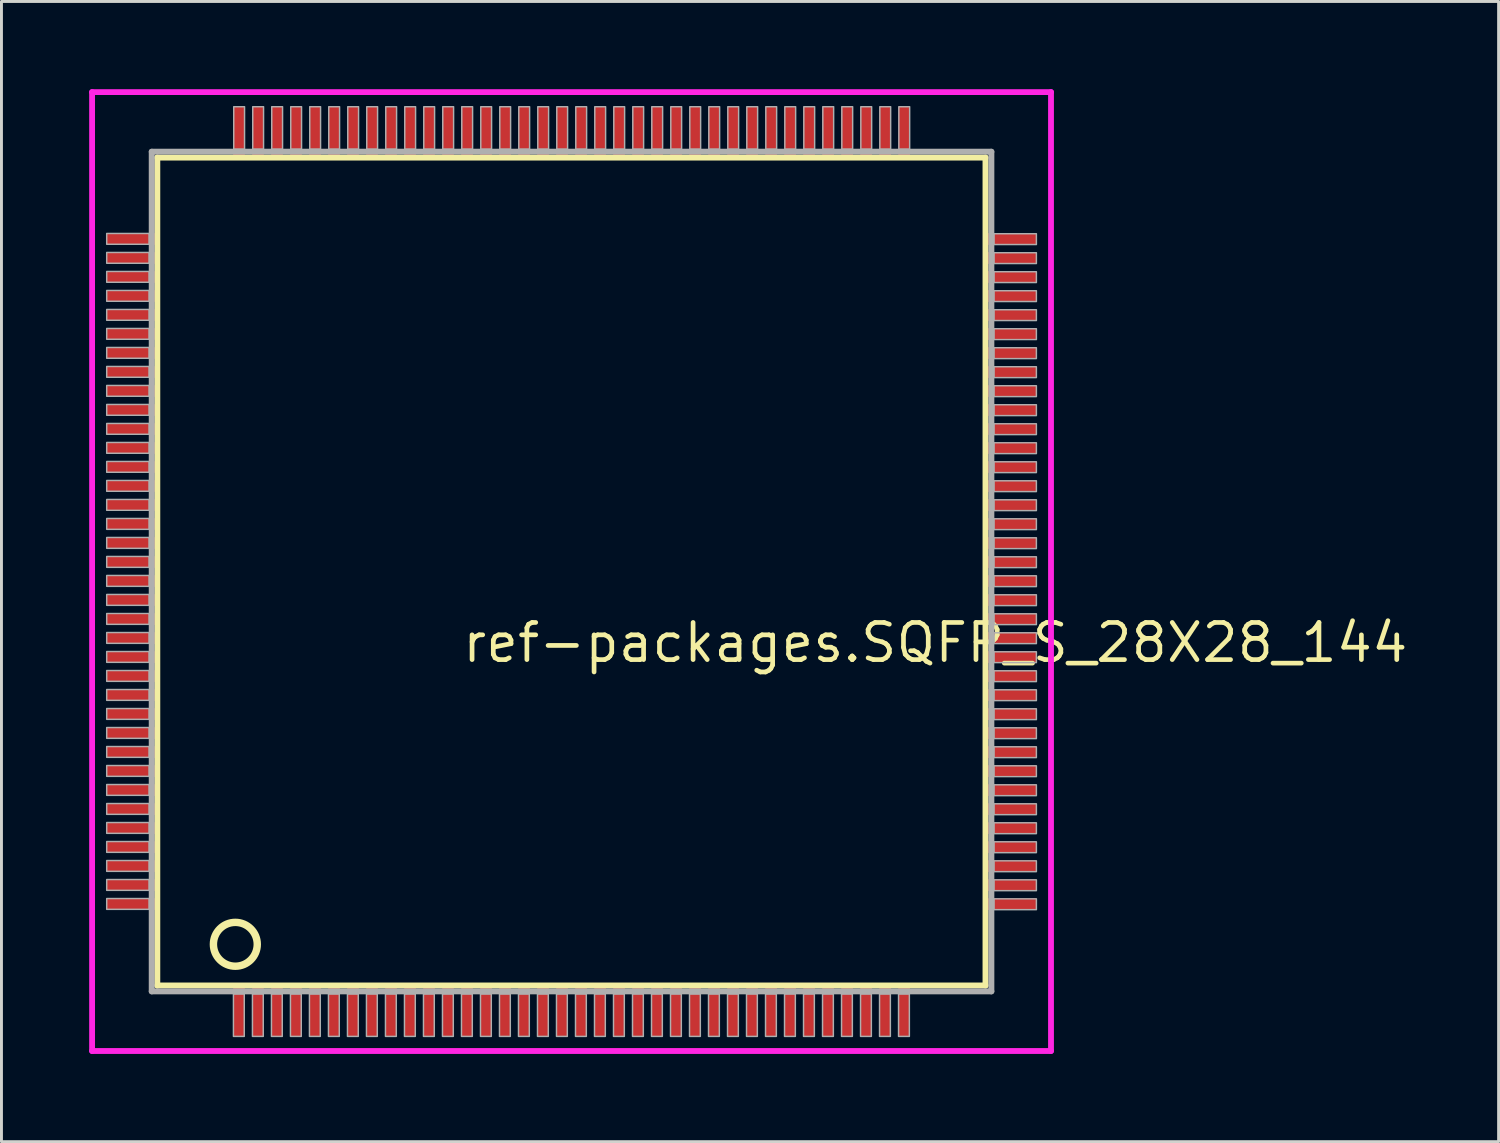
<source format=kicad_pcb>
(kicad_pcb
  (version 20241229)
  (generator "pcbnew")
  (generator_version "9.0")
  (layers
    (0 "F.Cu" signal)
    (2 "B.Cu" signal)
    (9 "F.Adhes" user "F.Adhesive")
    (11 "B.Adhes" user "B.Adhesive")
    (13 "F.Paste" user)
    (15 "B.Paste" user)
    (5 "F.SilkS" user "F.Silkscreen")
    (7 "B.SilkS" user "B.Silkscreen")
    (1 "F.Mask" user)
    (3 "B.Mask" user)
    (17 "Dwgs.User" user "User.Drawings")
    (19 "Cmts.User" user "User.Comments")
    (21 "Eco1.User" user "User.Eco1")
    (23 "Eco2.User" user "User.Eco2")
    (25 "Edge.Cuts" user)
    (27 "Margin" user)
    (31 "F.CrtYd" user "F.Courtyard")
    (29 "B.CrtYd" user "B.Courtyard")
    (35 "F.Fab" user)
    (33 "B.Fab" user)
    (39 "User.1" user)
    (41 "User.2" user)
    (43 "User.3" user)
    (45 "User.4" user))
  (footprint "ref-packages.SQFP_S_28X28_144"
    (layer "F.Cu")
    (at 16.5 16.5)
    (property "Reference" "ref-packages.SQFP_S_28X28_144" (at -3.81 3.175 0) (layer "F.SilkS") (effects (font (size 1.27 1.27) (thickness 0.16)) (justify left bottom)))
    (attr smd)
    (fp_line (start -14.17 -14.16) (end 14.16 -14.16) (stroke (width 0.203) (type default)) (layer "F.SilkS"))
    (fp_line (start -14.17 14.16) (end -14.17 -14.16) (stroke (width 0.203) (type default)) (layer "F.SilkS"))
    (fp_line (start 14.16 -14.16) (end 14.16 14.16) (stroke (width 0.203) (type default)) (layer "F.SilkS"))
    (fp_line (start 14.16 14.16) (end -14.17 14.16) (stroke (width 0.203) (type default)) (layer "F.SilkS"))
    (fp_circle (center -11.5 12.75) (end -10.75 12.75) (stroke (width 0.254) (type default)) (fill no) (layer "F.SilkS"))
    (fp_line (start -16.4 -16.4) (end 16.4 -16.4) (stroke (width 0.2) (type default)) (layer "F.CrtYd"))
    (fp_line (start -16.4 16.4) (end -16.4 -16.4) (stroke (width 0.2) (type default)) (layer "F.CrtYd"))
    (fp_line (start 16.4 -16.4) (end 16.4 16.4) (stroke (width 0.2) (type default)) (layer "F.CrtYd"))
    (fp_line (start 16.4 16.4) (end -16.4 16.4) (stroke (width 0.2) (type default)) (layer "F.CrtYd"))
    (fp_line (start -14.36 -14.36) (end -14.36 14.36) (stroke (width 0.203) (type default)) (layer "F.Fab"))
    (fp_line (start -14.36 14.36) (end 14.36 14.36) (stroke (width 0.203) (type default)) (layer "F.Fab"))
    (fp_line (start 14.36 -14.36) (end -14.36 -14.36) (stroke (width 0.203) (type default)) (layer "F.Fab"))
    (fp_line (start 14.36 14.36) (end 14.36 -14.36) (stroke (width 0.203) (type default)) (layer "F.Fab"))
    (fp_rect (start -15.9 -11.195) (end -14.45 -11.565) (stroke (width 0.05) (type default)) (fill no) (layer "F.Fab"))
    (fp_rect (start -15.9 -10.545) (end -14.45 -10.915) (stroke (width 0.05) (type default)) (fill no) (layer "F.Fab"))
    (fp_rect (start -15.9 -9.895) (end -14.45 -10.265) (stroke (width 0.05) (type default)) (fill no) (layer "F.Fab"))
    (fp_rect (start -15.9 -9.245) (end -14.45 -9.615) (stroke (width 0.05) (type default)) (fill no) (layer "F.Fab"))
    (fp_rect (start -15.9 -8.595) (end -14.45 -8.965) (stroke (width 0.05) (type default)) (fill no) (layer "F.Fab"))
    (fp_rect (start -15.9 -7.945) (end -14.45 -8.315) (stroke (width 0.05) (type default)) (fill no) (layer "F.Fab"))
    (fp_rect (start -15.9 -7.295) (end -14.45 -7.665) (stroke (width 0.05) (type default)) (fill no) (layer "F.Fab"))
    (fp_rect (start -15.9 -6.645) (end -14.45 -7.015) (stroke (width 0.05) (type default)) (fill no) (layer "F.Fab"))
    (fp_rect (start -15.9 -5.995) (end -14.45 -6.365) (stroke (width 0.05) (type default)) (fill no) (layer "F.Fab"))
    (fp_rect (start -15.9 -5.345) (end -14.45 -5.715) (stroke (width 0.05) (type default)) (fill no) (layer "F.Fab"))
    (fp_rect (start -15.9 -4.695) (end -14.45 -5.065) (stroke (width 0.05) (type default)) (fill no) (layer "F.Fab"))
    (fp_rect (start -15.9 -4.045) (end -14.45 -4.415) (stroke (width 0.05) (type default)) (fill no) (layer "F.Fab"))
    (fp_rect (start -15.9 -3.395) (end -14.45 -3.765) (stroke (width 0.05) (type default)) (fill no) (layer "F.Fab"))
    (fp_rect (start -15.9 -2.745) (end -14.45 -3.115) (stroke (width 0.05) (type default)) (fill no) (layer "F.Fab"))
    (fp_rect (start -15.9 -2.095) (end -14.45 -2.465) (stroke (width 0.05) (type default)) (fill no) (layer "F.Fab"))
    (fp_rect (start -15.9 -1.445) (end -14.45 -1.815) (stroke (width 0.05) (type default)) (fill no) (layer "F.Fab"))
    (fp_rect (start -15.9 -0.795) (end -14.45 -1.165) (stroke (width 0.05) (type default)) (fill no) (layer "F.Fab"))
    (fp_rect (start -15.9 -0.145) (end -14.45 -0.515) (stroke (width 0.05) (type default)) (fill no) (layer "F.Fab"))
    (fp_rect (start -15.9 0.505) (end -14.45 0.135) (stroke (width 0.05) (type default)) (fill no) (layer "F.Fab"))
    (fp_rect (start -15.9 1.155) (end -14.45 0.785) (stroke (width 0.05) (type default)) (fill no) (layer "F.Fab"))
    (fp_rect (start -15.9 1.805) (end -14.45 1.435) (stroke (width 0.05) (type default)) (fill no) (layer "F.Fab"))
    (fp_rect (start -15.9 2.455) (end -14.45 2.085) (stroke (width 0.05) (type default)) (fill no) (layer "F.Fab"))
    (fp_rect (start -15.9 3.105) (end -14.45 2.735) (stroke (width 0.05) (type default)) (fill no) (layer "F.Fab"))
    (fp_rect (start -15.9 3.755) (end -14.45 3.385) (stroke (width 0.05) (type default)) (fill no) (layer "F.Fab"))
    (fp_rect (start -15.9 4.405) (end -14.45 4.035) (stroke (width 0.05) (type default)) (fill no) (layer "F.Fab"))
    (fp_rect (start -15.9 5.055) (end -14.45 4.685) (stroke (width 0.05) (type default)) (fill no) (layer "F.Fab"))
    (fp_rect (start -15.9 5.705) (end -14.45 5.335) (stroke (width 0.05) (type default)) (fill no) (layer "F.Fab"))
    (fp_rect (start -15.9 6.355) (end -14.45 5.985) (stroke (width 0.05) (type default)) (fill no) (layer "F.Fab"))
    (fp_rect (start -15.9 7.005) (end -14.45 6.635) (stroke (width 0.05) (type default)) (fill no) (layer "F.Fab"))
    (fp_rect (start -15.9 7.655) (end -14.45 7.285) (stroke (width 0.05) (type default)) (fill no) (layer "F.Fab"))
    (fp_rect (start -15.9 8.305) (end -14.45 7.935) (stroke (width 0.05) (type default)) (fill no) (layer "F.Fab"))
    (fp_rect (start -15.9 8.955) (end -14.45 8.585) (stroke (width 0.05) (type default)) (fill no) (layer "F.Fab"))
    (fp_rect (start -15.9 9.605) (end -14.45 9.235) (stroke (width 0.05) (type default)) (fill no) (layer "F.Fab"))
    (fp_rect (start -15.9 10.255) (end -14.45 9.885) (stroke (width 0.05) (type default)) (fill no) (layer "F.Fab"))
    (fp_rect (start -15.9 10.905) (end -14.45 10.535) (stroke (width 0.05) (type default)) (fill no) (layer "F.Fab"))
    (fp_rect (start -15.9 11.555) (end -14.45 11.185) (stroke (width 0.05) (type default)) (fill no) (layer "F.Fab"))
    (fp_rect (start -11.565 15.9) (end -11.195 14.45) (stroke (width 0.05) (type default)) (fill no) (layer "F.Fab"))
    (fp_rect (start -11.555 -14.45) (end -11.185 -15.9) (stroke (width 0.05) (type default)) (fill no) (layer "F.Fab"))
    (fp_rect (start -10.915 15.9) (end -10.545 14.45) (stroke (width 0.05) (type default)) (fill no) (layer "F.Fab"))
    (fp_rect (start -10.905 -14.45) (end -10.535 -15.9) (stroke (width 0.05) (type default)) (fill no) (layer "F.Fab"))
    (fp_rect (start -10.265 15.9) (end -9.895 14.45) (stroke (width 0.05) (type default)) (fill no) (layer "F.Fab"))
    (fp_rect (start -10.255 -14.45) (end -9.885 -15.9) (stroke (width 0.05) (type default)) (fill no) (layer "F.Fab"))
    (fp_rect (start -9.615 15.9) (end -9.245 14.45) (stroke (width 0.05) (type default)) (fill no) (layer "F.Fab"))
    (fp_rect (start -9.605 -14.45) (end -9.235 -15.9) (stroke (width 0.05) (type default)) (fill no) (layer "F.Fab"))
    (fp_rect (start -8.965 15.9) (end -8.595 14.45) (stroke (width 0.05) (type default)) (fill no) (layer "F.Fab"))
    (fp_rect (start -8.955 -14.45) (end -8.585 -15.9) (stroke (width 0.05) (type default)) (fill no) (layer "F.Fab"))
    (fp_rect (start -8.315 15.9) (end -7.945 14.45) (stroke (width 0.05) (type default)) (fill no) (layer "F.Fab"))
    (fp_rect (start -8.305 -14.45) (end -7.935 -15.9) (stroke (width 0.05) (type default)) (fill no) (layer "F.Fab"))
    (fp_rect (start -7.665 15.9) (end -7.295 14.45) (stroke (width 0.05) (type default)) (fill no) (layer "F.Fab"))
    (fp_rect (start -7.655 -14.45) (end -7.285 -15.9) (stroke (width 0.05) (type default)) (fill no) (layer "F.Fab"))
    (fp_rect (start -7.015 15.9) (end -6.645 14.45) (stroke (width 0.05) (type default)) (fill no) (layer "F.Fab"))
    (fp_rect (start -7.005 -14.45) (end -6.635 -15.9) (stroke (width 0.05) (type default)) (fill no) (layer "F.Fab"))
    (fp_rect (start -6.365 15.9) (end -5.995 14.45) (stroke (width 0.05) (type default)) (fill no) (layer "F.Fab"))
    (fp_rect (start -6.355 -14.45) (end -5.985 -15.9) (stroke (width 0.05) (type default)) (fill no) (layer "F.Fab"))
    (fp_rect (start -5.715 15.9) (end -5.345 14.45) (stroke (width 0.05) (type default)) (fill no) (layer "F.Fab"))
    (fp_rect (start -5.705 -14.45) (end -5.335 -15.9) (stroke (width 0.05) (type default)) (fill no) (layer "F.Fab"))
    (fp_rect (start -5.065 15.9) (end -4.695 14.45) (stroke (width 0.05) (type default)) (fill no) (layer "F.Fab"))
    (fp_rect (start -5.055 -14.45) (end -4.685 -15.9) (stroke (width 0.05) (type default)) (fill no) (layer "F.Fab"))
    (fp_rect (start -4.415 15.9) (end -4.045 14.45) (stroke (width 0.05) (type default)) (fill no) (layer "F.Fab"))
    (fp_rect (start -4.405 -14.45) (end -4.035 -15.9) (stroke (width 0.05) (type default)) (fill no) (layer "F.Fab"))
    (fp_rect (start -3.765 15.9) (end -3.395 14.45) (stroke (width 0.05) (type default)) (fill no) (layer "F.Fab"))
    (fp_rect (start -3.755 -14.45) (end -3.385 -15.9) (stroke (width 0.05) (type default)) (fill no) (layer "F.Fab"))
    (fp_rect (start -3.115 15.9) (end -2.745 14.45) (stroke (width 0.05) (type default)) (fill no) (layer "F.Fab"))
    (fp_rect (start -3.105 -14.45) (end -2.735 -15.9) (stroke (width 0.05) (type default)) (fill no) (layer "F.Fab"))
    (fp_rect (start -2.465 15.9) (end -2.095 14.45) (stroke (width 0.05) (type default)) (fill no) (layer "F.Fab"))
    (fp_rect (start -2.455 -14.45) (end -2.085 -15.9) (stroke (width 0.05) (type default)) (fill no) (layer "F.Fab"))
    (fp_rect (start -1.815 15.9) (end -1.445 14.45) (stroke (width 0.05) (type default)) (fill no) (layer "F.Fab"))
    (fp_rect (start -1.805 -14.45) (end -1.435 -15.9) (stroke (width 0.05) (type default)) (fill no) (layer "F.Fab"))
    (fp_rect (start -1.165 15.9) (end -0.795 14.45) (stroke (width 0.05) (type default)) (fill no) (layer "F.Fab"))
    (fp_rect (start -1.155 -14.45) (end -0.785 -15.9) (stroke (width 0.05) (type default)) (fill no) (layer "F.Fab"))
    (fp_rect (start -0.515 15.9) (end -0.145 14.45) (stroke (width 0.05) (type default)) (fill no) (layer "F.Fab"))
    (fp_rect (start -0.505 -14.45) (end -0.135 -15.9) (stroke (width 0.05) (type default)) (fill no) (layer "F.Fab"))
    (fp_rect (start 0.135 15.9) (end 0.505 14.45) (stroke (width 0.05) (type default)) (fill no) (layer "F.Fab"))
    (fp_rect (start 0.145 -14.45) (end 0.515 -15.9) (stroke (width 0.05) (type default)) (fill no) (layer "F.Fab"))
    (fp_rect (start 0.785 15.9) (end 1.155 14.45) (stroke (width 0.05) (type default)) (fill no) (layer "F.Fab"))
    (fp_rect (start 0.795 -14.45) (end 1.165 -15.9) (stroke (width 0.05) (type default)) (fill no) (layer "F.Fab"))
    (fp_rect (start 1.435 15.9) (end 1.805 14.45) (stroke (width 0.05) (type default)) (fill no) (layer "F.Fab"))
    (fp_rect (start 1.445 -14.45) (end 1.815 -15.9) (stroke (width 0.05) (type default)) (fill no) (layer "F.Fab"))
    (fp_rect (start 2.085 15.9) (end 2.455 14.45) (stroke (width 0.05) (type default)) (fill no) (layer "F.Fab"))
    (fp_rect (start 2.095 -14.45) (end 2.465 -15.9) (stroke (width 0.05) (type default)) (fill no) (layer "F.Fab"))
    (fp_rect (start 2.735 15.9) (end 3.105 14.45) (stroke (width 0.05) (type default)) (fill no) (layer "F.Fab"))
    (fp_rect (start 2.745 -14.45) (end 3.115 -15.9) (stroke (width 0.05) (type default)) (fill no) (layer "F.Fab"))
    (fp_rect (start 3.385 15.9) (end 3.755 14.45) (stroke (width 0.05) (type default)) (fill no) (layer "F.Fab"))
    (fp_rect (start 3.395 -14.45) (end 3.765 -15.9) (stroke (width 0.05) (type default)) (fill no) (layer "F.Fab"))
    (fp_rect (start 4.035 15.9) (end 4.405 14.45) (stroke (width 0.05) (type default)) (fill no) (layer "F.Fab"))
    (fp_rect (start 4.045 -14.45) (end 4.415 -15.9) (stroke (width 0.05) (type default)) (fill no) (layer "F.Fab"))
    (fp_rect (start 4.685 15.9) (end 5.055 14.45) (stroke (width 0.05) (type default)) (fill no) (layer "F.Fab"))
    (fp_rect (start 4.695 -14.45) (end 5.065 -15.9) (stroke (width 0.05) (type default)) (fill no) (layer "F.Fab"))
    (fp_rect (start 5.335 15.9) (end 5.705 14.45) (stroke (width 0.05) (type default)) (fill no) (layer "F.Fab"))
    (fp_rect (start 5.345 -14.45) (end 5.715 -15.9) (stroke (width 0.05) (type default)) (fill no) (layer "F.Fab"))
    (fp_rect (start 5.985 15.9) (end 6.355 14.45) (stroke (width 0.05) (type default)) (fill no) (layer "F.Fab"))
    (fp_rect (start 5.995 -14.45) (end 6.365 -15.9) (stroke (width 0.05) (type default)) (fill no) (layer "F.Fab"))
    (fp_rect (start 6.635 15.9) (end 7.005 14.45) (stroke (width 0.05) (type default)) (fill no) (layer "F.Fab"))
    (fp_rect (start 6.645 -14.45) (end 7.015 -15.9) (stroke (width 0.05) (type default)) (fill no) (layer "F.Fab"))
    (fp_rect (start 7.285 15.9) (end 7.655 14.45) (stroke (width 0.05) (type default)) (fill no) (layer "F.Fab"))
    (fp_rect (start 7.295 -14.45) (end 7.665 -15.9) (stroke (width 0.05) (type default)) (fill no) (layer "F.Fab"))
    (fp_rect (start 7.935 15.9) (end 8.305 14.45) (stroke (width 0.05) (type default)) (fill no) (layer "F.Fab"))
    (fp_rect (start 7.945 -14.45) (end 8.315 -15.9) (stroke (width 0.05) (type default)) (fill no) (layer "F.Fab"))
    (fp_rect (start 8.585 15.9) (end 8.955 14.45) (stroke (width 0.05) (type default)) (fill no) (layer "F.Fab"))
    (fp_rect (start 8.595 -14.45) (end 8.965 -15.9) (stroke (width 0.05) (type default)) (fill no) (layer "F.Fab"))
    (fp_rect (start 9.235 15.9) (end 9.605 14.45) (stroke (width 0.05) (type default)) (fill no) (layer "F.Fab"))
    (fp_rect (start 9.245 -14.45) (end 9.615 -15.9) (stroke (width 0.05) (type default)) (fill no) (layer "F.Fab"))
    (fp_rect (start 9.885 15.9) (end 10.255 14.45) (stroke (width 0.05) (type default)) (fill no) (layer "F.Fab"))
    (fp_rect (start 9.895 -14.45) (end 10.265 -15.9) (stroke (width 0.05) (type default)) (fill no) (layer "F.Fab"))
    (fp_rect (start 10.535 15.9) (end 10.905 14.45) (stroke (width 0.05) (type default)) (fill no) (layer "F.Fab"))
    (fp_rect (start 10.545 -14.45) (end 10.915 -15.9) (stroke (width 0.05) (type default)) (fill no) (layer "F.Fab"))
    (fp_rect (start 11.185 15.9) (end 11.555 14.45) (stroke (width 0.05) (type default)) (fill no) (layer "F.Fab"))
    (fp_rect (start 11.195 -14.45) (end 11.565 -15.9) (stroke (width 0.05) (type default)) (fill no) (layer "F.Fab"))
    (fp_rect (start 14.45 -11.185) (end 15.9 -11.555) (stroke (width 0.05) (type default)) (fill no) (layer "F.Fab"))
    (fp_rect (start 14.45 -10.535) (end 15.9 -10.905) (stroke (width 0.05) (type default)) (fill no) (layer "F.Fab"))
    (fp_rect (start 14.45 -9.885) (end 15.9 -10.255) (stroke (width 0.05) (type default)) (fill no) (layer "F.Fab"))
    (fp_rect (start 14.45 -9.235) (end 15.9 -9.605) (stroke (width 0.05) (type default)) (fill no) (layer "F.Fab"))
    (fp_rect (start 14.45 -8.585) (end 15.9 -8.955) (stroke (width 0.05) (type default)) (fill no) (layer "F.Fab"))
    (fp_rect (start 14.45 -7.935) (end 15.9 -8.305) (stroke (width 0.05) (type default)) (fill no) (layer "F.Fab"))
    (fp_rect (start 14.45 -7.285) (end 15.9 -7.655) (stroke (width 0.05) (type default)) (fill no) (layer "F.Fab"))
    (fp_rect (start 14.45 -6.635) (end 15.9 -7.005) (stroke (width 0.05) (type default)) (fill no) (layer "F.Fab"))
    (fp_rect (start 14.45 -5.985) (end 15.9 -6.355) (stroke (width 0.05) (type default)) (fill no) (layer "F.Fab"))
    (fp_rect (start 14.45 -5.335) (end 15.9 -5.705) (stroke (width 0.05) (type default)) (fill no) (layer "F.Fab"))
    (fp_rect (start 14.45 -4.685) (end 15.9 -5.055) (stroke (width 0.05) (type default)) (fill no) (layer "F.Fab"))
    (fp_rect (start 14.45 -4.035) (end 15.9 -4.405) (stroke (width 0.05) (type default)) (fill no) (layer "F.Fab"))
    (fp_rect (start 14.45 -3.385) (end 15.9 -3.755) (stroke (width 0.05) (type default)) (fill no) (layer "F.Fab"))
    (fp_rect (start 14.45 -2.735) (end 15.9 -3.105) (stroke (width 0.05) (type default)) (fill no) (layer "F.Fab"))
    (fp_rect (start 14.45 -2.085) (end 15.9 -2.455) (stroke (width 0.05) (type default)) (fill no) (layer "F.Fab"))
    (fp_rect (start 14.45 -1.435) (end 15.9 -1.805) (stroke (width 0.05) (type default)) (fill no) (layer "F.Fab"))
    (fp_rect (start 14.45 -0.785) (end 15.9 -1.155) (stroke (width 0.05) (type default)) (fill no) (layer "F.Fab"))
    (fp_rect (start 14.45 -0.135) (end 15.9 -0.505) (stroke (width 0.05) (type default)) (fill no) (layer "F.Fab"))
    (fp_rect (start 14.45 0.515) (end 15.9 0.145) (stroke (width 0.05) (type default)) (fill no) (layer "F.Fab"))
    (fp_rect (start 14.45 1.165) (end 15.9 0.795) (stroke (width 0.05) (type default)) (fill no) (layer "F.Fab"))
    (fp_rect (start 14.45 1.815) (end 15.9 1.445) (stroke (width 0.05) (type default)) (fill no) (layer "F.Fab"))
    (fp_rect (start 14.45 2.465) (end 15.9 2.095) (stroke (width 0.05) (type default)) (fill no) (layer "F.Fab"))
    (fp_rect (start 14.45 3.115) (end 15.9 2.745) (stroke (width 0.05) (type default)) (fill no) (layer "F.Fab"))
    (fp_rect (start 14.45 3.765) (end 15.9 3.395) (stroke (width 0.05) (type default)) (fill no) (layer "F.Fab"))
    (fp_rect (start 14.45 4.415) (end 15.9 4.045) (stroke (width 0.05) (type default)) (fill no) (layer "F.Fab"))
    (fp_rect (start 14.45 5.065) (end 15.9 4.695) (stroke (width 0.05) (type default)) (fill no) (layer "F.Fab"))
    (fp_rect (start 14.45 5.715) (end 15.9 5.345) (stroke (width 0.05) (type default)) (fill no) (layer "F.Fab"))
    (fp_rect (start 14.45 6.365) (end 15.9 5.995) (stroke (width 0.05) (type default)) (fill no) (layer "F.Fab"))
    (fp_rect (start 14.45 7.015) (end 15.9 6.645) (stroke (width 0.05) (type default)) (fill no) (layer "F.Fab"))
    (fp_rect (start 14.45 7.665) (end 15.9 7.295) (stroke (width 0.05) (type default)) (fill no) (layer "F.Fab"))
    (fp_rect (start 14.45 8.315) (end 15.9 7.945) (stroke (width 0.05) (type default)) (fill no) (layer "F.Fab"))
    (fp_rect (start 14.45 8.965) (end 15.9 8.595) (stroke (width 0.05) (type default)) (fill no) (layer "F.Fab"))
    (fp_rect (start 14.45 9.615) (end 15.9 9.245) (stroke (width 0.05) (type default)) (fill no) (layer "F.Fab"))
    (fp_rect (start 14.45 10.265) (end 15.9 9.895) (stroke (width 0.05) (type default)) (fill no) (layer "F.Fab"))
    (fp_rect (start 14.45 10.915) (end 15.9 10.545) (stroke (width 0.05) (type default)) (fill no) (layer "F.Fab"))
    (fp_rect (start 14.45 11.565) (end 15.9 11.195) (stroke (width 0.05) (type default)) (fill no) (layer "F.Fab"))
    (pad "1" smd roundrect (at -11.375 15) (size 0.4 1.8) (layers "F.Cu" "F.Mask" "F.Paste") (roundrect_rratio 0.01))
    (pad "2" smd roundrect (at -10.725 15) (size 0.4 1.8) (layers "F.Cu" "F.Mask" "F.Paste") (roundrect_rratio 0.01))
    (pad "3" smd roundrect (at -10.075 15) (size 0.4 1.8) (layers "F.Cu" "F.Mask" "F.Paste") (roundrect_rratio 0.01))
    (pad "4" smd roundrect (at -9.425 15) (size 0.4 1.8) (layers "F.Cu" "F.Mask" "F.Paste") (roundrect_rratio 0.01))
    (pad "5" smd roundrect (at -8.775 15) (size 0.4 1.8) (layers "F.Cu" "F.Mask" "F.Paste") (roundrect_rratio 0.01))
    (pad "6" smd roundrect (at -8.125 15) (size 0.4 1.8) (layers "F.Cu" "F.Mask" "F.Paste") (roundrect_rratio 0.01))
    (pad "7" smd roundrect (at -7.475 15) (size 0.4 1.8) (layers "F.Cu" "F.Mask" "F.Paste") (roundrect_rratio 0.01))
    (pad "8" smd roundrect (at -6.825 15) (size 0.4 1.8) (layers "F.Cu" "F.Mask" "F.Paste") (roundrect_rratio 0.01))
    (pad "9" smd roundrect (at -6.175 15) (size 0.4 1.8) (layers "F.Cu" "F.Mask" "F.Paste") (roundrect_rratio 0.01))
    (pad "10" smd roundrect (at -5.525 15) (size 0.4 1.8) (layers "F.Cu" "F.Mask" "F.Paste") (roundrect_rratio 0.01))
    (pad "11" smd roundrect (at -4.875 15) (size 0.4 1.8) (layers "F.Cu" "F.Mask" "F.Paste") (roundrect_rratio 0.01))
    (pad "12" smd roundrect (at -4.225 15) (size 0.4 1.8) (layers "F.Cu" "F.Mask" "F.Paste") (roundrect_rratio 0.01))
    (pad "13" smd roundrect (at -3.575 15) (size 0.4 1.8) (layers "F.Cu" "F.Mask" "F.Paste") (roundrect_rratio 0.01))
    (pad "14" smd roundrect (at -2.925 15) (size 0.4 1.8) (layers "F.Cu" "F.Mask" "F.Paste") (roundrect_rratio 0.01))
    (pad "15" smd roundrect (at -2.275 15) (size 0.4 1.8) (layers "F.Cu" "F.Mask" "F.Paste") (roundrect_rratio 0.01))
    (pad "16" smd roundrect (at -1.625 15) (size 0.4 1.8) (layers "F.Cu" "F.Mask" "F.Paste") (roundrect_rratio 0.01))
    (pad "17" smd roundrect (at -0.975 15) (size 0.4 1.8) (layers "F.Cu" "F.Mask" "F.Paste") (roundrect_rratio 0.01))
    (pad "18" smd roundrect (at -0.325 15) (size 0.4 1.8) (layers "F.Cu" "F.Mask" "F.Paste") (roundrect_rratio 0.01))
    (pad "19" smd roundrect (at 0.325 15) (size 0.4 1.8) (layers "F.Cu" "F.Mask" "F.Paste") (roundrect_rratio 0.01))
    (pad "20" smd roundrect (at 0.975 15) (size 0.4 1.8) (layers "F.Cu" "F.Mask" "F.Paste") (roundrect_rratio 0.01))
    (pad "21" smd roundrect (at 1.625 15) (size 0.4 1.8) (layers "F.Cu" "F.Mask" "F.Paste") (roundrect_rratio 0.01))
    (pad "22" smd roundrect (at 2.275 15) (size 0.4 1.8) (layers "F.Cu" "F.Mask" "F.Paste") (roundrect_rratio 0.01))
    (pad "23" smd roundrect (at 2.925 15) (size 0.4 1.8) (layers "F.Cu" "F.Mask" "F.Paste") (roundrect_rratio 0.01))
    (pad "24" smd roundrect (at 3.575 15) (size 0.4 1.8) (layers "F.Cu" "F.Mask" "F.Paste") (roundrect_rratio 0.01))
    (pad "25" smd roundrect (at 4.225 15) (size 0.4 1.8) (layers "F.Cu" "F.Mask" "F.Paste") (roundrect_rratio 0.01))
    (pad "26" smd roundrect (at 4.875 15) (size 0.4 1.8) (layers "F.Cu" "F.Mask" "F.Paste") (roundrect_rratio 0.01))
    (pad "27" smd roundrect (at 5.525 15) (size 0.4 1.8) (layers "F.Cu" "F.Mask" "F.Paste") (roundrect_rratio 0.01))
    (pad "28" smd roundrect (at 6.175 15) (size 0.4 1.8) (layers "F.Cu" "F.Mask" "F.Paste") (roundrect_rratio 0.01))
    (pad "29" smd roundrect (at 6.825 15) (size 0.4 1.8) (layers "F.Cu" "F.Mask" "F.Paste") (roundrect_rratio 0.01))
    (pad "30" smd roundrect (at 7.475 15) (size 0.4 1.8) (layers "F.Cu" "F.Mask" "F.Paste") (roundrect_rratio 0.01))
    (pad "31" smd roundrect (at 8.125 15) (size 0.4 1.8) (layers "F.Cu" "F.Mask" "F.Paste") (roundrect_rratio 0.01))
    (pad "32" smd roundrect (at 8.775 15) (size 0.4 1.8) (layers "F.Cu" "F.Mask" "F.Paste") (roundrect_rratio 0.01))
    (pad "33" smd roundrect (at 9.425 15) (size 0.4 1.8) (layers "F.Cu" "F.Mask" "F.Paste") (roundrect_rratio 0.01))
    (pad "34" smd roundrect (at 10.075 15) (size 0.4 1.8) (layers "F.Cu" "F.Mask" "F.Paste") (roundrect_rratio 0.01))
    (pad "35" smd roundrect (at 10.725 15) (size 0.4 1.8) (layers "F.Cu" "F.Mask" "F.Paste") (roundrect_rratio 0.01))
    (pad "36" smd roundrect (at 11.375 15) (size 0.4 1.8) (layers "F.Cu" "F.Mask" "F.Paste") (roundrect_rratio 0.01))
    (pad "37" smd roundrect (at 15 11.375) (size 1.8 0.4) (layers "F.Cu" "F.Mask" "F.Paste") (roundrect_rratio 0.01))
    (pad "38" smd roundrect (at 15 10.725) (size 1.8 0.4) (layers "F.Cu" "F.Mask" "F.Paste") (roundrect_rratio 0.01))
    (pad "39" smd roundrect (at 15 10.075) (size 1.8 0.4) (layers "F.Cu" "F.Mask" "F.Paste") (roundrect_rratio 0.01))
    (pad "40" smd roundrect (at 15 9.425) (size 1.8 0.4) (layers "F.Cu" "F.Mask" "F.Paste") (roundrect_rratio 0.01))
    (pad "41" smd roundrect (at 15 8.775) (size 1.8 0.4) (layers "F.Cu" "F.Mask" "F.Paste") (roundrect_rratio 0.01))
    (pad "42" smd roundrect (at 15 8.125) (size 1.8 0.4) (layers "F.Cu" "F.Mask" "F.Paste") (roundrect_rratio 0.01))
    (pad "43" smd roundrect (at 15 7.475) (size 1.8 0.4) (layers "F.Cu" "F.Mask" "F.Paste") (roundrect_rratio 0.01))
    (pad "44" smd roundrect (at 15 6.825) (size 1.8 0.4) (layers "F.Cu" "F.Mask" "F.Paste") (roundrect_rratio 0.01))
    (pad "45" smd roundrect (at 15 6.175) (size 1.8 0.4) (layers "F.Cu" "F.Mask" "F.Paste") (roundrect_rratio 0.01))
    (pad "46" smd roundrect (at 15 5.525) (size 1.8 0.4) (layers "F.Cu" "F.Mask" "F.Paste") (roundrect_rratio 0.01))
    (pad "47" smd roundrect (at 15 4.875) (size 1.8 0.4) (layers "F.Cu" "F.Mask" "F.Paste") (roundrect_rratio 0.01))
    (pad "48" smd roundrect (at 15 4.225) (size 1.8 0.4) (layers "F.Cu" "F.Mask" "F.Paste") (roundrect_rratio 0.01))
    (pad "49" smd roundrect (at 15 3.575) (size 1.8 0.4) (layers "F.Cu" "F.Mask" "F.Paste") (roundrect_rratio 0.01))
    (pad "50" smd roundrect (at 15 2.925) (size 1.8 0.4) (layers "F.Cu" "F.Mask" "F.Paste") (roundrect_rratio 0.01))
    (pad "51" smd roundrect (at 15 2.275) (size 1.8 0.4) (layers "F.Cu" "F.Mask" "F.Paste") (roundrect_rratio 0.01))
    (pad "52" smd roundrect (at 15 1.625) (size 1.8 0.4) (layers "F.Cu" "F.Mask" "F.Paste") (roundrect_rratio 0.01))
    (pad "53" smd roundrect (at 15 0.975) (size 1.8 0.4) (layers "F.Cu" "F.Mask" "F.Paste") (roundrect_rratio 0.01))
    (pad "54" smd roundrect (at 15 0.325) (size 1.8 0.4) (layers "F.Cu" "F.Mask" "F.Paste") (roundrect_rratio 0.01))
    (pad "55" smd roundrect (at 15 -0.325) (size 1.8 0.4) (layers "F.Cu" "F.Mask" "F.Paste") (roundrect_rratio 0.01))
    (pad "56" smd roundrect (at 15 -0.975) (size 1.8 0.4) (layers "F.Cu" "F.Mask" "F.Paste") (roundrect_rratio 0.01))
    (pad "57" smd roundrect (at 15 -1.625) (size 1.8 0.4) (layers "F.Cu" "F.Mask" "F.Paste") (roundrect_rratio 0.01))
    (pad "58" smd roundrect (at 15 -2.275) (size 1.8 0.4) (layers "F.Cu" "F.Mask" "F.Paste") (roundrect_rratio 0.01))
    (pad "59" smd roundrect (at 15 -2.925) (size 1.8 0.4) (layers "F.Cu" "F.Mask" "F.Paste") (roundrect_rratio 0.01))
    (pad "60" smd roundrect (at 15 -3.575) (size 1.8 0.4) (layers "F.Cu" "F.Mask" "F.Paste") (roundrect_rratio 0.01))
    (pad "61" smd roundrect (at 15 -4.225) (size 1.8 0.4) (layers "F.Cu" "F.Mask" "F.Paste") (roundrect_rratio 0.01))
    (pad "62" smd roundrect (at 15 -4.875) (size 1.8 0.4) (layers "F.Cu" "F.Mask" "F.Paste") (roundrect_rratio 0.01))
    (pad "63" smd roundrect (at 15 -5.525) (size 1.8 0.4) (layers "F.Cu" "F.Mask" "F.Paste") (roundrect_rratio 0.01))
    (pad "64" smd roundrect (at 15 -6.175) (size 1.8 0.4) (layers "F.Cu" "F.Mask" "F.Paste") (roundrect_rratio 0.01))
    (pad "65" smd roundrect (at 15 -6.825) (size 1.8 0.4) (layers "F.Cu" "F.Mask" "F.Paste") (roundrect_rratio 0.01))
    (pad "66" smd roundrect (at 15 -7.475) (size 1.8 0.4) (layers "F.Cu" "F.Mask" "F.Paste") (roundrect_rratio 0.01))
    (pad "67" smd roundrect (at 15 -8.125) (size 1.8 0.4) (layers "F.Cu" "F.Mask" "F.Paste") (roundrect_rratio 0.01))
    (pad "68" smd roundrect (at 15 -8.775) (size 1.8 0.4) (layers "F.Cu" "F.Mask" "F.Paste") (roundrect_rratio 0.01))
    (pad "69" smd roundrect (at 15 -9.425) (size 1.8 0.4) (layers "F.Cu" "F.Mask" "F.Paste") (roundrect_rratio 0.01))
    (pad "70" smd roundrect (at 15 -10.075) (size 1.8 0.4) (layers "F.Cu" "F.Mask" "F.Paste") (roundrect_rratio 0.01))
    (pad "71" smd roundrect (at 15 -10.725) (size 1.8 0.4) (layers "F.Cu" "F.Mask" "F.Paste") (roundrect_rratio 0.01))
    (pad "72" smd roundrect (at 15 -11.375) (size 1.8 0.4) (layers "F.Cu" "F.Mask" "F.Paste") (roundrect_rratio 0.01))
    (pad "73" smd roundrect (at 11.375 -15) (size 0.4 1.8) (layers "F.Cu" "F.Mask" "F.Paste") (roundrect_rratio 0.01))
    (pad "74" smd roundrect (at 10.725 -15) (size 0.4 1.8) (layers "F.Cu" "F.Mask" "F.Paste") (roundrect_rratio 0.01))
    (pad "75" smd roundrect (at 10.075 -15) (size 0.4 1.8) (layers "F.Cu" "F.Mask" "F.Paste") (roundrect_rratio 0.01))
    (pad "76" smd roundrect (at 9.425 -15) (size 0.4 1.8) (layers "F.Cu" "F.Mask" "F.Paste") (roundrect_rratio 0.01))
    (pad "77" smd roundrect (at 8.775 -15) (size 0.4 1.8) (layers "F.Cu" "F.Mask" "F.Paste") (roundrect_rratio 0.01))
    (pad "78" smd roundrect (at 8.125 -15) (size 0.4 1.8) (layers "F.Cu" "F.Mask" "F.Paste") (roundrect_rratio 0.01))
    (pad "79" smd roundrect (at 7.475 -15) (size 0.4 1.8) (layers "F.Cu" "F.Mask" "F.Paste") (roundrect_rratio 0.01))
    (pad "80" smd roundrect (at 6.825 -15) (size 0.4 1.8) (layers "F.Cu" "F.Mask" "F.Paste") (roundrect_rratio 0.01))
    (pad "81" smd roundrect (at 6.175 -15) (size 0.4 1.8) (layers "F.Cu" "F.Mask" "F.Paste") (roundrect_rratio 0.01))
    (pad "82" smd roundrect (at 5.525 -15) (size 0.4 1.8) (layers "F.Cu" "F.Mask" "F.Paste") (roundrect_rratio 0.01))
    (pad "83" smd roundrect (at 4.875 -15) (size 0.4 1.8) (layers "F.Cu" "F.Mask" "F.Paste") (roundrect_rratio 0.01))
    (pad "84" smd roundrect (at 4.225 -15) (size 0.4 1.8) (layers "F.Cu" "F.Mask" "F.Paste") (roundrect_rratio 0.01))
    (pad "85" smd roundrect (at 3.575 -15) (size 0.4 1.8) (layers "F.Cu" "F.Mask" "F.Paste") (roundrect_rratio 0.01))
    (pad "86" smd roundrect (at 2.925 -15) (size 0.4 1.8) (layers "F.Cu" "F.Mask" "F.Paste") (roundrect_rratio 0.01))
    (pad "87" smd roundrect (at 2.275 -15) (size 0.4 1.8) (layers "F.Cu" "F.Mask" "F.Paste") (roundrect_rratio 0.01))
    (pad "88" smd roundrect (at 1.625 -15) (size 0.4 1.8) (layers "F.Cu" "F.Mask" "F.Paste") (roundrect_rratio 0.01))
    (pad "89" smd roundrect (at 0.975 -15) (size 0.4 1.8) (layers "F.Cu" "F.Mask" "F.Paste") (roundrect_rratio 0.01))
    (pad "90" smd roundrect (at 0.325 -15) (size 0.4 1.8) (layers "F.Cu" "F.Mask" "F.Paste") (roundrect_rratio 0.01))
    (pad "91" smd roundrect (at -0.325 -15) (size 0.4 1.8) (layers "F.Cu" "F.Mask" "F.Paste") (roundrect_rratio 0.01))
    (pad "92" smd roundrect (at -0.975 -15) (size 0.4 1.8) (layers "F.Cu" "F.Mask" "F.Paste") (roundrect_rratio 0.01))
    (pad "93" smd roundrect (at -1.625 -15) (size 0.4 1.8) (layers "F.Cu" "F.Mask" "F.Paste") (roundrect_rratio 0.01))
    (pad "94" smd roundrect (at -2.275 -15) (size 0.4 1.8) (layers "F.Cu" "F.Mask" "F.Paste") (roundrect_rratio 0.01))
    (pad "95" smd roundrect (at -2.925 -15) (size 0.4 1.8) (layers "F.Cu" "F.Mask" "F.Paste") (roundrect_rratio 0.01))
    (pad "96" smd roundrect (at -3.575 -15) (size 0.4 1.8) (layers "F.Cu" "F.Mask" "F.Paste") (roundrect_rratio 0.01))
    (pad "97" smd roundrect (at -4.225 -15) (size 0.4 1.8) (layers "F.Cu" "F.Mask" "F.Paste") (roundrect_rratio 0.01))
    (pad "98" smd roundrect (at -4.875 -15) (size 0.4 1.8) (layers "F.Cu" "F.Mask" "F.Paste") (roundrect_rratio 0.01))
    (pad "99" smd roundrect (at -5.525 -15) (size 0.4 1.8) (layers "F.Cu" "F.Mask" "F.Paste") (roundrect_rratio 0.01))
    (pad "100" smd roundrect (at -6.175 -15) (size 0.4 1.8) (layers "F.Cu" "F.Mask" "F.Paste") (roundrect_rratio 0.01))
    (pad "101" smd roundrect (at -6.825 -15) (size 0.4 1.8) (layers "F.Cu" "F.Mask" "F.Paste") (roundrect_rratio 0.01))
    (pad "102" smd roundrect (at -7.475 -15) (size 0.4 1.8) (layers "F.Cu" "F.Mask" "F.Paste") (roundrect_rratio 0.01))
    (pad "103" smd roundrect (at -8.125 -15) (size 0.4 1.8) (layers "F.Cu" "F.Mask" "F.Paste") (roundrect_rratio 0.01))
    (pad "104" smd roundrect (at -8.775 -15) (size 0.4 1.8) (layers "F.Cu" "F.Mask" "F.Paste") (roundrect_rratio 0.01))
    (pad "105" smd roundrect (at -9.425 -15) (size 0.4 1.8) (layers "F.Cu" "F.Mask" "F.Paste") (roundrect_rratio 0.01))
    (pad "106" smd roundrect (at -10.075 -15) (size 0.4 1.8) (layers "F.Cu" "F.Mask" "F.Paste") (roundrect_rratio 0.01))
    (pad "107" smd roundrect (at -10.725 -15) (size 0.4 1.8) (layers "F.Cu" "F.Mask" "F.Paste") (roundrect_rratio 0.01))
    (pad "108" smd roundrect (at -11.375 -15) (size 0.4 1.8) (layers "F.Cu" "F.Mask" "F.Paste") (roundrect_rratio 0.01))
    (pad "109" smd roundrect (at -15 -11.375) (size 1.8 0.4) (layers "F.Cu" "F.Mask" "F.Paste") (roundrect_rratio 0.01))
    (pad "110" smd roundrect (at -15 -10.725) (size 1.8 0.4) (layers "F.Cu" "F.Mask" "F.Paste") (roundrect_rratio 0.01))
    (pad "111" smd roundrect (at -15 -10.075) (size 1.8 0.4) (layers "F.Cu" "F.Mask" "F.Paste") (roundrect_rratio 0.01))
    (pad "112" smd roundrect (at -15 -9.425) (size 1.8 0.4) (layers "F.Cu" "F.Mask" "F.Paste") (roundrect_rratio 0.01))
    (pad "113" smd roundrect (at -15 -8.775) (size 1.8 0.4) (layers "F.Cu" "F.Mask" "F.Paste") (roundrect_rratio 0.01))
    (pad "114" smd roundrect (at -15 -8.125) (size 1.8 0.4) (layers "F.Cu" "F.Mask" "F.Paste") (roundrect_rratio 0.01))
    (pad "115" smd roundrect (at -15 -7.475) (size 1.8 0.4) (layers "F.Cu" "F.Mask" "F.Paste") (roundrect_rratio 0.01))
    (pad "116" smd roundrect (at -15 -6.825) (size 1.8 0.4) (layers "F.Cu" "F.Mask" "F.Paste") (roundrect_rratio 0.01))
    (pad "117" smd roundrect (at -15 -6.175) (size 1.8 0.4) (layers "F.Cu" "F.Mask" "F.Paste") (roundrect_rratio 0.01))
    (pad "118" smd roundrect (at -15 -5.525) (size 1.8 0.4) (layers "F.Cu" "F.Mask" "F.Paste") (roundrect_rratio 0.01))
    (pad "119" smd roundrect (at -15 -4.875) (size 1.8 0.4) (layers "F.Cu" "F.Mask" "F.Paste") (roundrect_rratio 0.01))
    (pad "120" smd roundrect (at -15 -4.225) (size 1.8 0.4) (layers "F.Cu" "F.Mask" "F.Paste") (roundrect_rratio 0.01))
    (pad "121" smd roundrect (at -15 -3.575) (size 1.8 0.4) (layers "F.Cu" "F.Mask" "F.Paste") (roundrect_rratio 0.01))
    (pad "122" smd roundrect (at -15 -2.925) (size 1.8 0.4) (layers "F.Cu" "F.Mask" "F.Paste") (roundrect_rratio 0.01))
    (pad "123" smd roundrect (at -15 -2.275) (size 1.8 0.4) (layers "F.Cu" "F.Mask" "F.Paste") (roundrect_rratio 0.01))
    (pad "124" smd roundrect (at -15 -1.625) (size 1.8 0.4) (layers "F.Cu" "F.Mask" "F.Paste") (roundrect_rratio 0.01))
    (pad "125" smd roundrect (at -15 -0.975) (size 1.8 0.4) (layers "F.Cu" "F.Mask" "F.Paste") (roundrect_rratio 0.01))
    (pad "126" smd roundrect (at -15 -0.325) (size 1.8 0.4) (layers "F.Cu" "F.Mask" "F.Paste") (roundrect_rratio 0.01))
    (pad "127" smd roundrect (at -15 0.325) (size 1.8 0.4) (layers "F.Cu" "F.Mask" "F.Paste") (roundrect_rratio 0.01))
    (pad "128" smd roundrect (at -15 0.975) (size 1.8 0.4) (layers "F.Cu" "F.Mask" "F.Paste") (roundrect_rratio 0.01))
    (pad "129" smd roundrect (at -15 1.625) (size 1.8 0.4) (layers "F.Cu" "F.Mask" "F.Paste") (roundrect_rratio 0.01))
    (pad "130" smd roundrect (at -15 2.275) (size 1.8 0.4) (layers "F.Cu" "F.Mask" "F.Paste") (roundrect_rratio 0.01))
    (pad "131" smd roundrect (at -15 2.925) (size 1.8 0.4) (layers "F.Cu" "F.Mask" "F.Paste") (roundrect_rratio 0.01))
    (pad "132" smd roundrect (at -15 3.575) (size 1.8 0.4) (layers "F.Cu" "F.Mask" "F.Paste") (roundrect_rratio 0.01))
    (pad "133" smd roundrect (at -15 4.225) (size 1.8 0.4) (layers "F.Cu" "F.Mask" "F.Paste") (roundrect_rratio 0.01))
    (pad "134" smd roundrect (at -15 4.875) (size 1.8 0.4) (layers "F.Cu" "F.Mask" "F.Paste") (roundrect_rratio 0.01))
    (pad "135" smd roundrect (at -15 5.525) (size 1.8 0.4) (layers "F.Cu" "F.Mask" "F.Paste") (roundrect_rratio 0.01))
    (pad "136" smd roundrect (at -15 6.175) (size 1.8 0.4) (layers "F.Cu" "F.Mask" "F.Paste") (roundrect_rratio 0.01))
    (pad "137" smd roundrect (at -15 6.825) (size 1.8 0.4) (layers "F.Cu" "F.Mask" "F.Paste") (roundrect_rratio 0.01))
    (pad "138" smd roundrect (at -15 7.475) (size 1.8 0.4) (layers "F.Cu" "F.Mask" "F.Paste") (roundrect_rratio 0.01))
    (pad "139" smd roundrect (at -15 8.125) (size 1.8 0.4) (layers "F.Cu" "F.Mask" "F.Paste") (roundrect_rratio 0.01))
    (pad "140" smd roundrect (at -15 8.775) (size 1.8 0.4) (layers "F.Cu" "F.Mask" "F.Paste") (roundrect_rratio 0.01))
    (pad "141" smd roundrect (at -15 9.425) (size 1.8 0.4) (layers "F.Cu" "F.Mask" "F.Paste") (roundrect_rratio 0.01))
    (pad "142" smd roundrect (at -15 10.075) (size 1.8 0.4) (layers "F.Cu" "F.Mask" "F.Paste") (roundrect_rratio 0.01))
    (pad "143" smd roundrect (at -15 10.725) (size 1.8 0.4) (layers "F.Cu" "F.Mask" "F.Paste") (roundrect_rratio 0.01))
    (pad "144" smd roundrect (at -15 11.375) (size 1.8 0.4) (layers "F.Cu" "F.Mask" "F.Paste") (roundrect_rratio 0.01)))
  (gr_rect
    (start -3 -3)
    (end 48.21 36)
    (stroke (width 0.1) (type default))
    (fill no)
    (layer "Edge.Cuts")))
</source>
